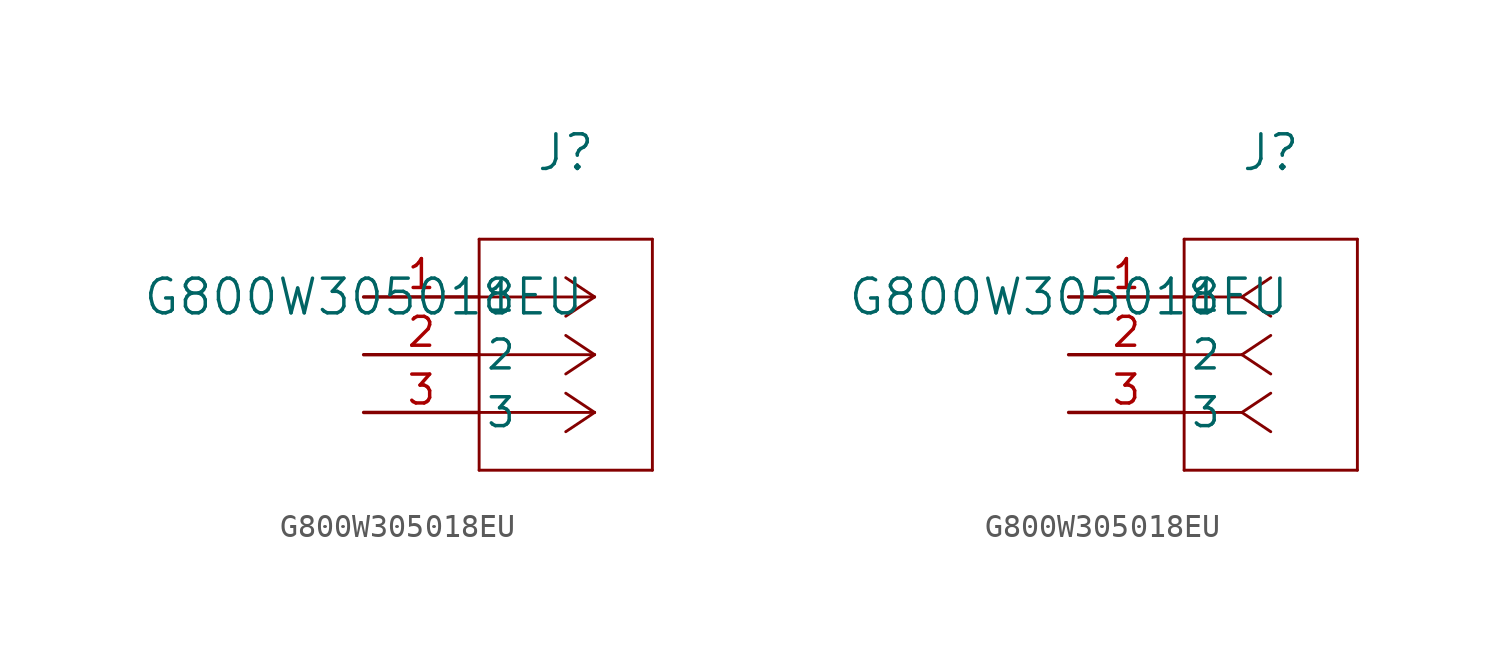
<source format=kicad_sym>
(kicad_symbol_lib
  (version 20211014)
  (generator kicad_symbol_editor)
  (symbol "G800W305018EU"
    (pin_names
      (offset 0.254))
    (property "Reference" "J"
      (at 8.89 6.35 0)
      (effects (font (size 1.524 1.524))))
    (property "Value" "G800W305018EU"
      (at 0 0 0)
      (effects (font (size 1.524 1.524))))
    (symbol "G800W305018EU_1_1"
      (polyline (pts (xy 10.16 0) (xy 5.08 0)) (stroke (width 0.127) (type default) (color 0 0 0 0)) (fill (type none)))
      (polyline (pts (xy 10.16 -2.54) (xy 5.08 -2.54)) (stroke (width 0.127) (type default) (color 0 0 0 0)) (fill (type none)))
      (polyline (pts (xy 10.16 -5.08) (xy 5.08 -5.08)) (stroke (width 0.127) (type default) (color 0 0 0 0)) (fill (type none)))
      (polyline (pts (xy 10.16 0) (xy 8.89 0.847)) (stroke (width 0.127) (type default) (color 0 0 0 0)) (fill (type none)))
      (polyline (pts (xy 10.16 -2.54) (xy 8.89 -1.693)) (stroke (width 0.127) (type default) (color 0 0 0 0)) (fill (type none)))
      (polyline (pts (xy 10.16 -5.08) (xy 8.89 -4.233)) (stroke (width 0.127) (type default) (color 0 0 0 0)) (fill (type none)))
      (polyline (pts (xy 10.16 0) (xy 8.89 -0.847)) (stroke (width 0.127) (type default) (color 0 0 0 0)) (fill (type none)))
      (polyline (pts (xy 10.16 -2.54) (xy 8.89 -3.387)) (stroke (width 0.127) (type default) (color 0 0 0 0)) (fill (type none)))
      (polyline (pts (xy 10.16 -5.08) (xy 8.89 -5.927)) (stroke (width 0.127) (type default) (color 0 0 0 0)) (fill (type none)))
      (polyline (pts (xy 5.08 2.54) (xy 5.08 -7.62)) (stroke (width 0.127) (type default) (color 0 0 0 0)) (fill (type none)))
      (polyline (pts (xy 5.08 -7.62) (xy 12.7 -7.62)) (stroke (width 0.127) (type default) (color 0 0 0 0)) (fill (type none)))
      (polyline (pts (xy 12.7 -7.62) (xy 12.7 2.54)) (stroke (width 0.127) (type default) (color 0 0 0 0)) (fill (type none)))
      (polyline (pts (xy 12.7 2.54) (xy 5.08 2.54)) (stroke (width 0.127) (type default) (color 0 0 0 0)) (fill (type none)))
      (pin unspecified line (at 0 0 0) (length 5.08) (name "1" (effects (font (size 1.27 1.27)))) (number "1" (effects (font (size 1.27 1.27)))))
      (pin unspecified line (at 0 -2.54 0) (length 5.08) (name "2" (effects (font (size 1.27 1.27)))) (number "2" (effects (font (size 1.27 1.27)))))
      (pin unspecified line (at 0 -5.08 0) (length 5.08) (name "3" (effects (font (size 1.27 1.27)))) (number "3" (effects (font (size 1.27 1.27))))))
    (symbol "G800W305018EU_1_2"
      (polyline (pts (xy 7.62 0) (xy 5.08 0)) (stroke (width 0.127) (type default) (color 0 0 0 0)) (fill (type none)))
      (polyline (pts (xy 7.62 -2.54) (xy 5.08 -2.54)) (stroke (width 0.127) (type default) (color 0 0 0 0)) (fill (type none)))
      (polyline (pts (xy 7.62 -5.08) (xy 5.08 -5.08)) (stroke (width 0.127) (type default) (color 0 0 0 0)) (fill (type none)))
      (polyline (pts (xy 7.62 0) (xy 8.89 0.847)) (stroke (width 0.127) (type default) (color 0 0 0 0)) (fill (type none)))
      (polyline (pts (xy 7.62 -2.54) (xy 8.89 -1.693)) (stroke (width 0.127) (type default) (color 0 0 0 0)) (fill (type none)))
      (polyline (pts (xy 7.62 -5.08) (xy 8.89 -4.233)) (stroke (width 0.127) (type default) (color 0 0 0 0)) (fill (type none)))
      (polyline (pts (xy 7.62 0) (xy 8.89 -0.847)) (stroke (width 0.127) (type default) (color 0 0 0 0)) (fill (type none)))
      (polyline (pts (xy 7.62 -2.54) (xy 8.89 -3.387)) (stroke (width 0.127) (type default) (color 0 0 0 0)) (fill (type none)))
      (polyline (pts (xy 7.62 -5.08) (xy 8.89 -5.927)) (stroke (width 0.127) (type default) (color 0 0 0 0)) (fill (type none)))
      (polyline (pts (xy 5.08 2.54) (xy 5.08 -7.62)) (stroke (width 0.127) (type default) (color 0 0 0 0)) (fill (type none)))
      (polyline (pts (xy 5.08 -7.62) (xy 12.7 -7.62)) (stroke (width 0.127) (type default) (color 0 0 0 0)) (fill (type none)))
      (polyline (pts (xy 12.7 -7.62) (xy 12.7 2.54)) (stroke (width 0.127) (type default) (color 0 0 0 0)) (fill (type none)))
      (polyline (pts (xy 12.7 2.54) (xy 5.08 2.54)) (stroke (width 0.127) (type default) (color 0 0 0 0)) (fill (type none)))
      (pin unspecified line (at 0 0 0) (length 5.08) (name "1" (effects (font (size 1.27 1.27)))) (number "1" (effects (font (size 1.27 1.27)))))
      (pin unspecified line (at 0 -2.54 0) (length 5.08) (name "2" (effects (font (size 1.27 1.27)))) (number "2" (effects (font (size 1.27 1.27)))))
      (pin unspecified line (at 0 -5.08 0) (length 5.08) (name "3" (effects (font (size 1.27 1.27)))) (number "3" (effects (font (size 1.27 1.27))))))))
</source>
